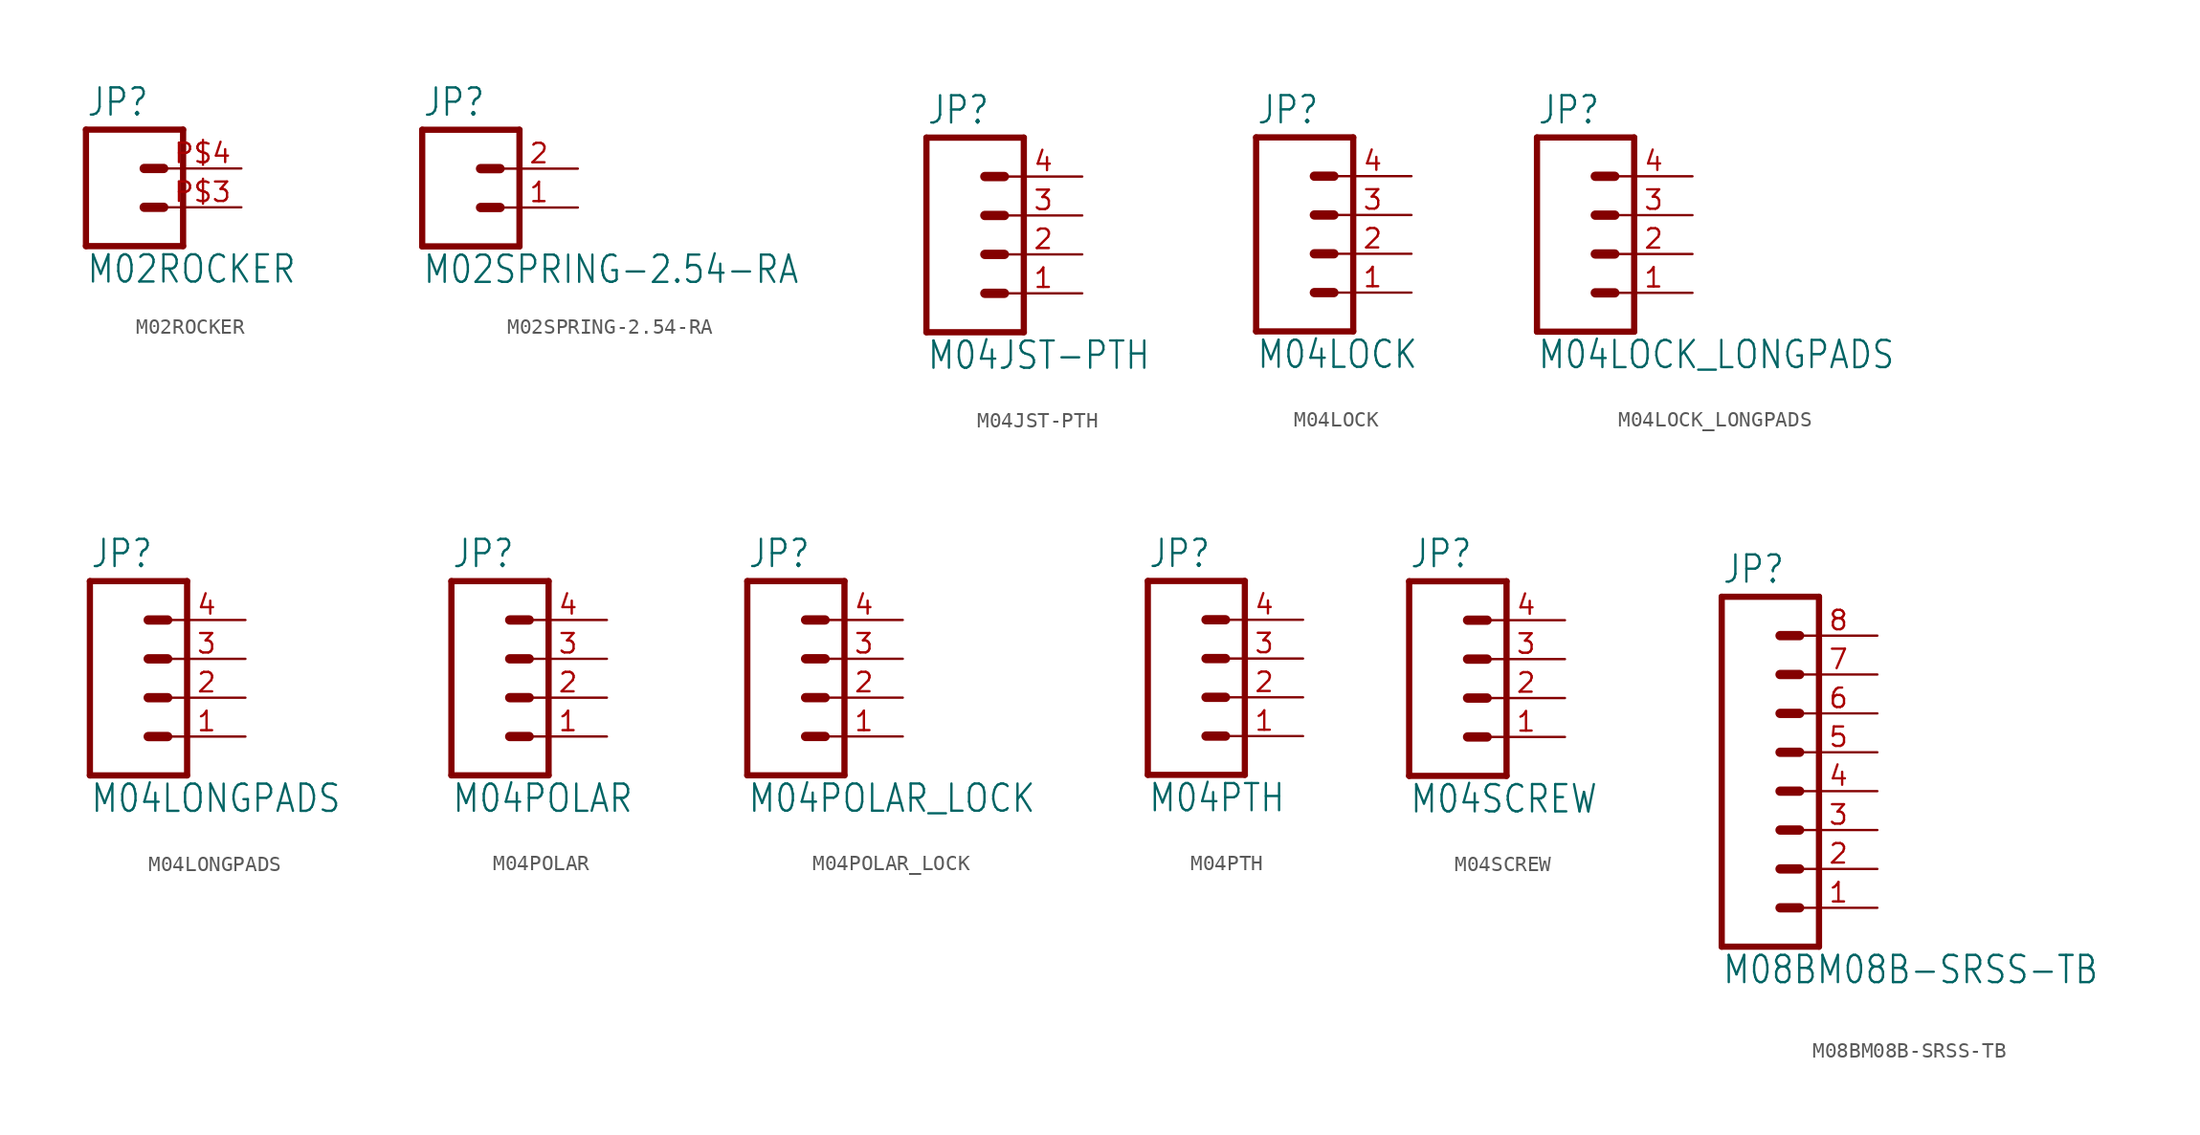
<source format=kicad_sym>
(kicad_symbol_lib
  (version 20201005)
  (generator kicad_symbol_editor)
  (symbol "M02ROCKER"
    (property "Reference" "JP"
      (at -2.54 5.842 0)
      (effects (font (size 1.778 1.511)) (justify left bottom)))
    (property "Value" "M02ROCKER"
      (at -2.54 -5.08 0)
      (effects (font (size 1.778 1.511)) (justify left bottom)))
    (property "ki_locked" ""
      (at 0 0 0)
      (effects (font (size 1.27 1.27))))
    (symbol "M02ROCKER_1_0"
      (polyline (pts (xy 3.81 -2.54) (xy -2.54 -2.54)) (stroke (width 0.406)) (fill (type none)))
      (polyline (pts (xy 1.27 2.54) (xy 2.54 2.54)) (stroke (width 0.61)) (fill (type none)))
      (polyline (pts (xy 1.27 0) (xy 2.54 0)) (stroke (width 0.61)) (fill (type none)))
      (polyline (pts (xy -2.54 5.08) (xy -2.54 -2.54)) (stroke (width 0.406)) (fill (type none)))
      (polyline (pts (xy 3.81 -2.54) (xy 3.81 5.08)) (stroke (width 0.406)) (fill (type none)))
      (polyline (pts (xy -2.54 5.08) (xy 3.81 5.08)) (stroke (width 0.406)) (fill (type none)))
      (pin passive line (at 7.62 0 180) (length 5.08) (name "1" (effects (font (size 0 0)))) (number "P$3" (effects (font (size 1.27 1.27)))))
      (pin passive line (at 7.62 2.54 180) (length 5.08) (name "2" (effects (font (size 0 0)))) (number "P$4" (effects (font (size 1.27 1.27)))))))
  (symbol "M02SPRING-2.54-RA"
    (property "Reference" "JP"
      (at -2.54 5.842 0)
      (effects (font (size 1.778 1.511)) (justify left bottom)))
    (property "Value" "M02SPRING-2.54-RA"
      (at -2.54 -5.08 0)
      (effects (font (size 1.778 1.511)) (justify left bottom)))
    (property "ki_locked" ""
      (at 0 0 0)
      (effects (font (size 1.27 1.27))))
    (symbol "M02SPRING-2.54-RA_1_0"
      (polyline (pts (xy 3.81 -2.54) (xy -2.54 -2.54)) (stroke (width 0.406)) (fill (type none)))
      (polyline (pts (xy 1.27 2.54) (xy 2.54 2.54)) (stroke (width 0.61)) (fill (type none)))
      (polyline (pts (xy 1.27 0) (xy 2.54 0)) (stroke (width 0.61)) (fill (type none)))
      (polyline (pts (xy -2.54 5.08) (xy -2.54 -2.54)) (stroke (width 0.406)) (fill (type none)))
      (polyline (pts (xy 3.81 -2.54) (xy 3.81 5.08)) (stroke (width 0.406)) (fill (type none)))
      (polyline (pts (xy -2.54 5.08) (xy 3.81 5.08)) (stroke (width 0.406)) (fill (type none)))
      (pin passive line (at 7.62 0 180) (length 5.08) (name "1" (effects (font (size 0 0)))) (number "1" (effects (font (size 1.27 1.27)))))
      (pin passive line (at 7.62 2.54 180) (length 5.08) (name "2" (effects (font (size 0 0)))) (number "2" (effects (font (size 1.27 1.27)))))))
  (symbol "M04JST-PTH"
    (property "Reference" "JP"
      (at -5.08 8.382 0)
      (effects (font (size 1.778 1.511)) (justify left bottom)))
    (property "Value" "M04JST-PTH"
      (at -5.08 -7.62 0)
      (effects (font (size 1.778 1.511)) (justify left bottom)))
    (property "ki_locked" ""
      (at 0 0 0)
      (effects (font (size 1.27 1.27))))
    (symbol "M04JST-PTH_1_0"
      (polyline (pts (xy 1.27 -5.08) (xy -5.08 -5.08)) (stroke (width 0.406)) (fill (type none)))
      (polyline (pts (xy -1.27 2.54) (xy 0 2.54)) (stroke (width 0.61)) (fill (type none)))
      (polyline (pts (xy -1.27 0) (xy 0 0)) (stroke (width 0.61)) (fill (type none)))
      (polyline (pts (xy -1.27 -2.54) (xy 0 -2.54)) (stroke (width 0.61)) (fill (type none)))
      (polyline (pts (xy -5.08 7.62) (xy -5.08 -5.08)) (stroke (width 0.406)) (fill (type none)))
      (polyline (pts (xy 1.27 -5.08) (xy 1.27 7.62)) (stroke (width 0.406)) (fill (type none)))
      (polyline (pts (xy -5.08 7.62) (xy 1.27 7.62)) (stroke (width 0.406)) (fill (type none)))
      (polyline (pts (xy -1.27 5.08) (xy 0 5.08)) (stroke (width 0.61)) (fill (type none)))
      (pin passive line (at 5.08 -2.54 180) (length 5.08) (name "1" (effects (font (size 0 0)))) (number "1" (effects (font (size 1.27 1.27)))))
      (pin passive line (at 5.08 0 180) (length 5.08) (name "2" (effects (font (size 0 0)))) (number "2" (effects (font (size 1.27 1.27)))))
      (pin passive line (at 5.08 2.54 180) (length 5.08) (name "3" (effects (font (size 0 0)))) (number "3" (effects (font (size 1.27 1.27)))))
      (pin passive line (at 5.08 5.08 180) (length 5.08) (name "4" (effects (font (size 0 0)))) (number "4" (effects (font (size 1.27 1.27)))))))
  (symbol "M04LOCK"
    (property "Reference" "JP"
      (at -5.08 8.382 0)
      (effects (font (size 1.778 1.511)) (justify left bottom)))
    (property "Value" "M04LOCK"
      (at -5.08 -7.62 0)
      (effects (font (size 1.778 1.511)) (justify left bottom)))
    (property "ki_locked" ""
      (at 0 0 0)
      (effects (font (size 1.27 1.27))))
    (symbol "M04LOCK_1_0"
      (polyline (pts (xy 1.27 -5.08) (xy -5.08 -5.08)) (stroke (width 0.406)) (fill (type none)))
      (polyline (pts (xy -1.27 2.54) (xy 0 2.54)) (stroke (width 0.61)) (fill (type none)))
      (polyline (pts (xy -1.27 0) (xy 0 0)) (stroke (width 0.61)) (fill (type none)))
      (polyline (pts (xy -1.27 -2.54) (xy 0 -2.54)) (stroke (width 0.61)) (fill (type none)))
      (polyline (pts (xy -5.08 7.62) (xy -5.08 -5.08)) (stroke (width 0.406)) (fill (type none)))
      (polyline (pts (xy 1.27 -5.08) (xy 1.27 7.62)) (stroke (width 0.406)) (fill (type none)))
      (polyline (pts (xy -5.08 7.62) (xy 1.27 7.62)) (stroke (width 0.406)) (fill (type none)))
      (polyline (pts (xy -1.27 5.08) (xy 0 5.08)) (stroke (width 0.61)) (fill (type none)))
      (pin passive line (at 5.08 -2.54 180) (length 5.08) (name "1" (effects (font (size 0 0)))) (number "1" (effects (font (size 1.27 1.27)))))
      (pin passive line (at 5.08 0 180) (length 5.08) (name "2" (effects (font (size 0 0)))) (number "2" (effects (font (size 1.27 1.27)))))
      (pin passive line (at 5.08 2.54 180) (length 5.08) (name "3" (effects (font (size 0 0)))) (number "3" (effects (font (size 1.27 1.27)))))
      (pin passive line (at 5.08 5.08 180) (length 5.08) (name "4" (effects (font (size 0 0)))) (number "4" (effects (font (size 1.27 1.27)))))))
  (symbol "M04LOCK_LONGPADS"
    (property "Reference" "JP"
      (at -5.08 8.382 0)
      (effects (font (size 1.778 1.511)) (justify left bottom)))
    (property "Value" "M04LOCK_LONGPADS"
      (at -5.08 -7.62 0)
      (effects (font (size 1.778 1.511)) (justify left bottom)))
    (property "ki_locked" ""
      (at 0 0 0)
      (effects (font (size 1.27 1.27))))
    (symbol "M04LOCK_LONGPADS_1_0"
      (polyline (pts (xy 1.27 -5.08) (xy -5.08 -5.08)) (stroke (width 0.406)) (fill (type none)))
      (polyline (pts (xy -1.27 2.54) (xy 0 2.54)) (stroke (width 0.61)) (fill (type none)))
      (polyline (pts (xy -1.27 0) (xy 0 0)) (stroke (width 0.61)) (fill (type none)))
      (polyline (pts (xy -1.27 -2.54) (xy 0 -2.54)) (stroke (width 0.61)) (fill (type none)))
      (polyline (pts (xy -5.08 7.62) (xy -5.08 -5.08)) (stroke (width 0.406)) (fill (type none)))
      (polyline (pts (xy 1.27 -5.08) (xy 1.27 7.62)) (stroke (width 0.406)) (fill (type none)))
      (polyline (pts (xy -5.08 7.62) (xy 1.27 7.62)) (stroke (width 0.406)) (fill (type none)))
      (polyline (pts (xy -1.27 5.08) (xy 0 5.08)) (stroke (width 0.61)) (fill (type none)))
      (pin passive line (at 5.08 -2.54 180) (length 5.08) (name "1" (effects (font (size 0 0)))) (number "1" (effects (font (size 1.27 1.27)))))
      (pin passive line (at 5.08 0 180) (length 5.08) (name "2" (effects (font (size 0 0)))) (number "2" (effects (font (size 1.27 1.27)))))
      (pin passive line (at 5.08 2.54 180) (length 5.08) (name "3" (effects (font (size 0 0)))) (number "3" (effects (font (size 1.27 1.27)))))
      (pin passive line (at 5.08 5.08 180) (length 5.08) (name "4" (effects (font (size 0 0)))) (number "4" (effects (font (size 1.27 1.27)))))))
  (symbol "M04LONGPADS"
    (property "Reference" "JP"
      (at -5.08 8.382 0)
      (effects (font (size 1.778 1.511)) (justify left bottom)))
    (property "Value" "M04LONGPADS"
      (at -5.08 -7.62 0)
      (effects (font (size 1.778 1.511)) (justify left bottom)))
    (property "ki_locked" ""
      (at 0 0 0)
      (effects (font (size 1.27 1.27))))
    (symbol "M04LONGPADS_1_0"
      (polyline (pts (xy 1.27 -5.08) (xy -5.08 -5.08)) (stroke (width 0.406)) (fill (type none)))
      (polyline (pts (xy -1.27 2.54) (xy 0 2.54)) (stroke (width 0.61)) (fill (type none)))
      (polyline (pts (xy -1.27 0) (xy 0 0)) (stroke (width 0.61)) (fill (type none)))
      (polyline (pts (xy -1.27 -2.54) (xy 0 -2.54)) (stroke (width 0.61)) (fill (type none)))
      (polyline (pts (xy -5.08 7.62) (xy -5.08 -5.08)) (stroke (width 0.406)) (fill (type none)))
      (polyline (pts (xy 1.27 -5.08) (xy 1.27 7.62)) (stroke (width 0.406)) (fill (type none)))
      (polyline (pts (xy -5.08 7.62) (xy 1.27 7.62)) (stroke (width 0.406)) (fill (type none)))
      (polyline (pts (xy -1.27 5.08) (xy 0 5.08)) (stroke (width 0.61)) (fill (type none)))
      (pin passive line (at 5.08 -2.54 180) (length 5.08) (name "1" (effects (font (size 0 0)))) (number "1" (effects (font (size 1.27 1.27)))))
      (pin passive line (at 5.08 0 180) (length 5.08) (name "2" (effects (font (size 0 0)))) (number "2" (effects (font (size 1.27 1.27)))))
      (pin passive line (at 5.08 2.54 180) (length 5.08) (name "3" (effects (font (size 0 0)))) (number "3" (effects (font (size 1.27 1.27)))))
      (pin passive line (at 5.08 5.08 180) (length 5.08) (name "4" (effects (font (size 0 0)))) (number "4" (effects (font (size 1.27 1.27)))))))
  (symbol "M04POLAR"
    (property "Reference" "JP"
      (at -5.08 8.382 0)
      (effects (font (size 1.778 1.511)) (justify left bottom)))
    (property "Value" "M04POLAR"
      (at -5.08 -7.62 0)
      (effects (font (size 1.778 1.511)) (justify left bottom)))
    (property "ki_locked" ""
      (at 0 0 0)
      (effects (font (size 1.27 1.27))))
    (symbol "M04POLAR_1_0"
      (polyline (pts (xy 1.27 -5.08) (xy -5.08 -5.08)) (stroke (width 0.406)) (fill (type none)))
      (polyline (pts (xy -1.27 2.54) (xy 0 2.54)) (stroke (width 0.61)) (fill (type none)))
      (polyline (pts (xy -1.27 0) (xy 0 0)) (stroke (width 0.61)) (fill (type none)))
      (polyline (pts (xy -1.27 -2.54) (xy 0 -2.54)) (stroke (width 0.61)) (fill (type none)))
      (polyline (pts (xy -5.08 7.62) (xy -5.08 -5.08)) (stroke (width 0.406)) (fill (type none)))
      (polyline (pts (xy 1.27 -5.08) (xy 1.27 7.62)) (stroke (width 0.406)) (fill (type none)))
      (polyline (pts (xy -5.08 7.62) (xy 1.27 7.62)) (stroke (width 0.406)) (fill (type none)))
      (polyline (pts (xy -1.27 5.08) (xy 0 5.08)) (stroke (width 0.61)) (fill (type none)))
      (pin passive line (at 5.08 -2.54 180) (length 5.08) (name "1" (effects (font (size 0 0)))) (number "1" (effects (font (size 1.27 1.27)))))
      (pin passive line (at 5.08 0 180) (length 5.08) (name "2" (effects (font (size 0 0)))) (number "2" (effects (font (size 1.27 1.27)))))
      (pin passive line (at 5.08 2.54 180) (length 5.08) (name "3" (effects (font (size 0 0)))) (number "3" (effects (font (size 1.27 1.27)))))
      (pin passive line (at 5.08 5.08 180) (length 5.08) (name "4" (effects (font (size 0 0)))) (number "4" (effects (font (size 1.27 1.27)))))))
  (symbol "M04POLAR_LOCK"
    (property "Reference" "JP"
      (at -5.08 8.382 0)
      (effects (font (size 1.778 1.511)) (justify left bottom)))
    (property "Value" "M04POLAR_LOCK"
      (at -5.08 -7.62 0)
      (effects (font (size 1.778 1.511)) (justify left bottom)))
    (property "ki_locked" ""
      (at 0 0 0)
      (effects (font (size 1.27 1.27))))
    (symbol "M04POLAR_LOCK_1_0"
      (polyline (pts (xy 1.27 -5.08) (xy -5.08 -5.08)) (stroke (width 0.406)) (fill (type none)))
      (polyline (pts (xy -1.27 2.54) (xy 0 2.54)) (stroke (width 0.61)) (fill (type none)))
      (polyline (pts (xy -1.27 0) (xy 0 0)) (stroke (width 0.61)) (fill (type none)))
      (polyline (pts (xy -1.27 -2.54) (xy 0 -2.54)) (stroke (width 0.61)) (fill (type none)))
      (polyline (pts (xy -5.08 7.62) (xy -5.08 -5.08)) (stroke (width 0.406)) (fill (type none)))
      (polyline (pts (xy 1.27 -5.08) (xy 1.27 7.62)) (stroke (width 0.406)) (fill (type none)))
      (polyline (pts (xy -5.08 7.62) (xy 1.27 7.62)) (stroke (width 0.406)) (fill (type none)))
      (polyline (pts (xy -1.27 5.08) (xy 0 5.08)) (stroke (width 0.61)) (fill (type none)))
      (pin passive line (at 5.08 -2.54 180) (length 5.08) (name "1" (effects (font (size 0 0)))) (number "1" (effects (font (size 1.27 1.27)))))
      (pin passive line (at 5.08 0 180) (length 5.08) (name "2" (effects (font (size 0 0)))) (number "2" (effects (font (size 1.27 1.27)))))
      (pin passive line (at 5.08 2.54 180) (length 5.08) (name "3" (effects (font (size 0 0)))) (number "3" (effects (font (size 1.27 1.27)))))
      (pin passive line (at 5.08 5.08 180) (length 5.08) (name "4" (effects (font (size 0 0)))) (number "4" (effects (font (size 1.27 1.27)))))))
  (symbol "M04PTH"
    (property "Reference" "JP"
      (at -5.08 8.382 0)
      (effects (font (size 1.778 1.511)) (justify left bottom)))
    (property "Value" "M04PTH"
      (at -5.08 -7.62 0)
      (effects (font (size 1.778 1.511)) (justify left bottom)))
    (property "ki_locked" ""
      (at 0 0 0)
      (effects (font (size 1.27 1.27))))
    (symbol "M04PTH_1_0"
      (polyline (pts (xy 1.27 -5.08) (xy -5.08 -5.08)) (stroke (width 0.406)) (fill (type none)))
      (polyline (pts (xy -1.27 2.54) (xy 0 2.54)) (stroke (width 0.61)) (fill (type none)))
      (polyline (pts (xy -1.27 0) (xy 0 0)) (stroke (width 0.61)) (fill (type none)))
      (polyline (pts (xy -1.27 -2.54) (xy 0 -2.54)) (stroke (width 0.61)) (fill (type none)))
      (polyline (pts (xy -5.08 7.62) (xy -5.08 -5.08)) (stroke (width 0.406)) (fill (type none)))
      (polyline (pts (xy 1.27 -5.08) (xy 1.27 7.62)) (stroke (width 0.406)) (fill (type none)))
      (polyline (pts (xy -5.08 7.62) (xy 1.27 7.62)) (stroke (width 0.406)) (fill (type none)))
      (polyline (pts (xy -1.27 5.08) (xy 0 5.08)) (stroke (width 0.61)) (fill (type none)))
      (pin passive line (at 5.08 -2.54 180) (length 5.08) (name "1" (effects (font (size 0 0)))) (number "1" (effects (font (size 1.27 1.27)))))
      (pin passive line (at 5.08 0 180) (length 5.08) (name "2" (effects (font (size 0 0)))) (number "2" (effects (font (size 1.27 1.27)))))
      (pin passive line (at 5.08 2.54 180) (length 5.08) (name "3" (effects (font (size 0 0)))) (number "3" (effects (font (size 1.27 1.27)))))
      (pin passive line (at 5.08 5.08 180) (length 5.08) (name "4" (effects (font (size 0 0)))) (number "4" (effects (font (size 1.27 1.27)))))))
  (symbol "M04SCREW"
    (property "Reference" "JP"
      (at -5.08 8.382 0)
      (effects (font (size 1.778 1.511)) (justify left bottom)))
    (property "Value" "M04SCREW"
      (at -5.08 -7.62 0)
      (effects (font (size 1.778 1.511)) (justify left bottom)))
    (property "ki_locked" ""
      (at 0 0 0)
      (effects (font (size 1.27 1.27))))
    (symbol "M04SCREW_1_0"
      (polyline (pts (xy 1.27 -5.08) (xy -5.08 -5.08)) (stroke (width 0.406)) (fill (type none)))
      (polyline (pts (xy -1.27 2.54) (xy 0 2.54)) (stroke (width 0.61)) (fill (type none)))
      (polyline (pts (xy -1.27 0) (xy 0 0)) (stroke (width 0.61)) (fill (type none)))
      (polyline (pts (xy -1.27 -2.54) (xy 0 -2.54)) (stroke (width 0.61)) (fill (type none)))
      (polyline (pts (xy -5.08 7.62) (xy -5.08 -5.08)) (stroke (width 0.406)) (fill (type none)))
      (polyline (pts (xy 1.27 -5.08) (xy 1.27 7.62)) (stroke (width 0.406)) (fill (type none)))
      (polyline (pts (xy -5.08 7.62) (xy 1.27 7.62)) (stroke (width 0.406)) (fill (type none)))
      (polyline (pts (xy -1.27 5.08) (xy 0 5.08)) (stroke (width 0.61)) (fill (type none)))
      (pin passive line (at 5.08 -2.54 180) (length 5.08) (name "1" (effects (font (size 0 0)))) (number "1" (effects (font (size 1.27 1.27)))))
      (pin passive line (at 5.08 0 180) (length 5.08) (name "2" (effects (font (size 0 0)))) (number "2" (effects (font (size 1.27 1.27)))))
      (pin passive line (at 5.08 2.54 180) (length 5.08) (name "3" (effects (font (size 0 0)))) (number "3" (effects (font (size 1.27 1.27)))))
      (pin passive line (at 5.08 5.08 180) (length 5.08) (name "4" (effects (font (size 0 0)))) (number "4" (effects (font (size 1.27 1.27)))))))
  (symbol "M08BM08B-SRSS-TB"
    (property "Reference" "JP"
      (at -5.08 13.462 0)
      (effects (font (size 1.778 1.511)) (justify left bottom)))
    (property "Value" "M08BM08B-SRSS-TB"
      (at -5.08 -12.7 0)
      (effects (font (size 1.778 1.511)) (justify left bottom)))
    (property "ki_locked" ""
      (at 0 0 0)
      (effects (font (size 1.27 1.27))))
    (symbol "M08BM08B-SRSS-TB_1_0"
      (polyline (pts (xy 1.27 -10.16) (xy -5.08 -10.16)) (stroke (width 0.406)) (fill (type none)))
      (polyline (pts (xy -1.27 -2.54) (xy 0 -2.54)) (stroke (width 0.61)) (fill (type none)))
      (polyline (pts (xy -1.27 -5.08) (xy 0 -5.08)) (stroke (width 0.61)) (fill (type none)))
      (polyline (pts (xy -1.27 -7.62) (xy 0 -7.62)) (stroke (width 0.61)) (fill (type none)))
      (polyline (pts (xy -5.08 12.7) (xy -5.08 -10.16)) (stroke (width 0.406)) (fill (type none)))
      (polyline (pts (xy 1.27 -10.16) (xy 1.27 12.7)) (stroke (width 0.406)) (fill (type none)))
      (polyline (pts (xy -5.08 12.7) (xy 1.27 12.7)) (stroke (width 0.406)) (fill (type none)))
      (polyline (pts (xy -1.27 2.54) (xy 0 2.54)) (stroke (width 0.61)) (fill (type none)))
      (polyline (pts (xy -1.27 0) (xy 0 0)) (stroke (width 0.61)) (fill (type none)))
      (polyline (pts (xy -1.27 5.08) (xy 0 5.08)) (stroke (width 0.61)) (fill (type none)))
      (polyline (pts (xy -1.27 7.62) (xy 0 7.62)) (stroke (width 0.61)) (fill (type none)))
      (polyline (pts (xy -1.27 10.16) (xy 0 10.16)) (stroke (width 0.61)) (fill (type none)))
      (pin passive line (at 5.08 -7.62 180) (length 5.08) (name "1" (effects (font (size 0 0)))) (number "1" (effects (font (size 1.27 1.27)))))
      (pin passive line (at 5.08 -5.08 180) (length 5.08) (name "2" (effects (font (size 0 0)))) (number "2" (effects (font (size 1.27 1.27)))))
      (pin passive line (at 5.08 -2.54 180) (length 5.08) (name "3" (effects (font (size 0 0)))) (number "3" (effects (font (size 1.27 1.27)))))
      (pin passive line (at 5.08 0 180) (length 5.08) (name "4" (effects (font (size 0 0)))) (number "4" (effects (font (size 1.27 1.27)))))
      (pin passive line (at 5.08 2.54 180) (length 5.08) (name "5" (effects (font (size 0 0)))) (number "5" (effects (font (size 1.27 1.27)))))
      (pin passive line (at 5.08 5.08 180) (length 5.08) (name "6" (effects (font (size 0 0)))) (number "6" (effects (font (size 1.27 1.27)))))
      (pin passive line (at 5.08 7.62 180) (length 5.08) (name "7" (effects (font (size 0 0)))) (number "7" (effects (font (size 1.27 1.27)))))
      (pin passive line (at 5.08 10.16 180) (length 5.08) (name "8" (effects (font (size 0 0)))) (number "8" (effects (font (size 1.27 1.27))))))))
</source>
